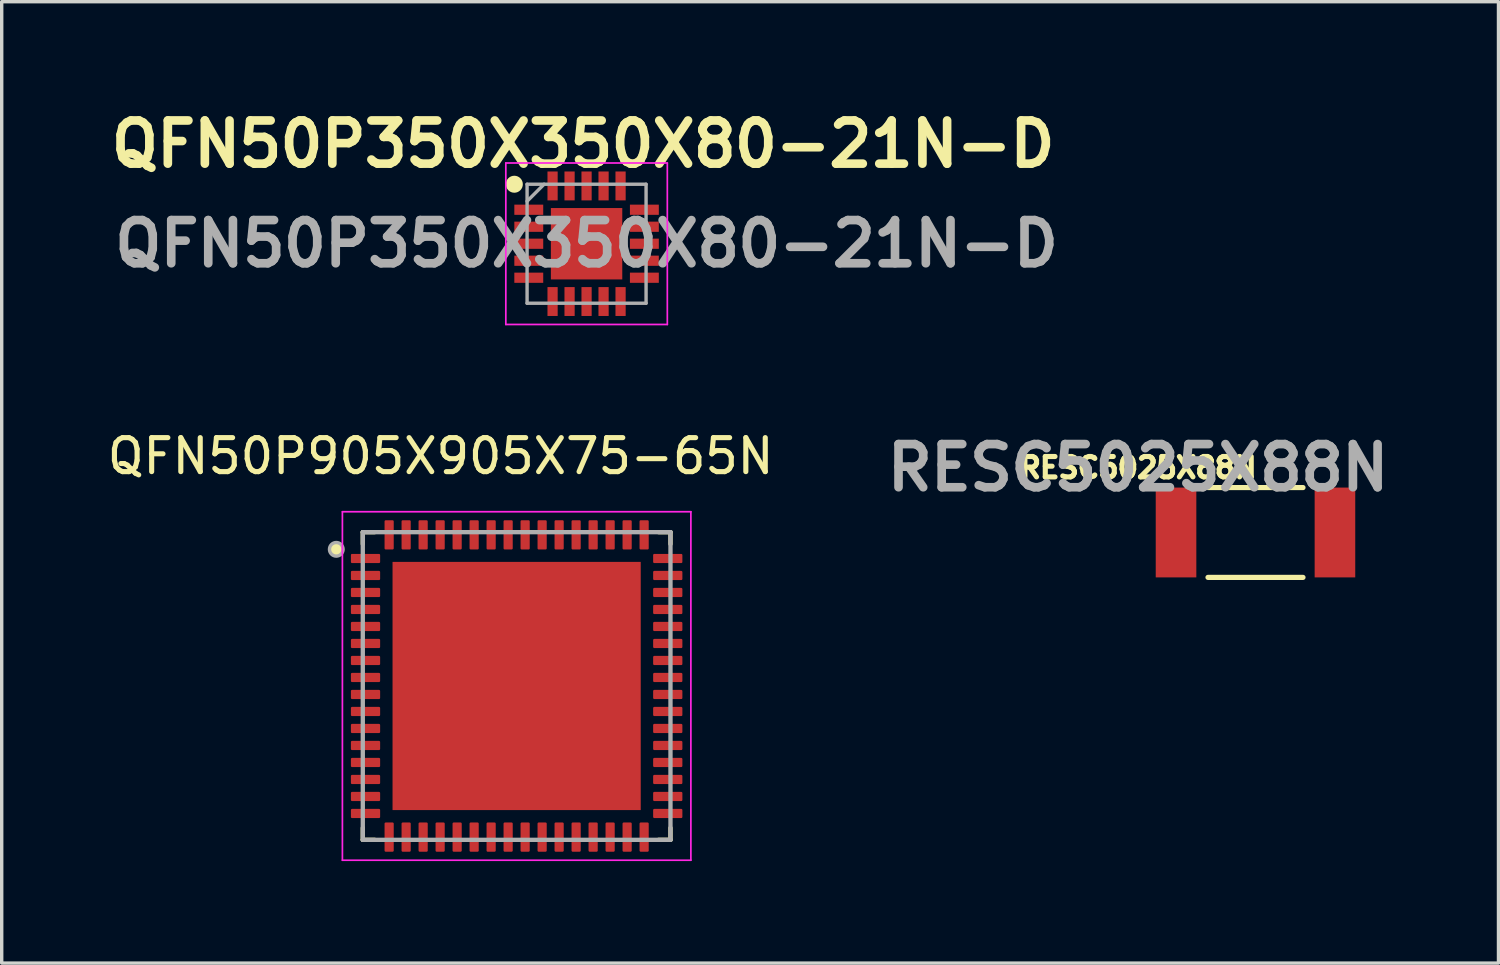
<source format=kicad_pcb>
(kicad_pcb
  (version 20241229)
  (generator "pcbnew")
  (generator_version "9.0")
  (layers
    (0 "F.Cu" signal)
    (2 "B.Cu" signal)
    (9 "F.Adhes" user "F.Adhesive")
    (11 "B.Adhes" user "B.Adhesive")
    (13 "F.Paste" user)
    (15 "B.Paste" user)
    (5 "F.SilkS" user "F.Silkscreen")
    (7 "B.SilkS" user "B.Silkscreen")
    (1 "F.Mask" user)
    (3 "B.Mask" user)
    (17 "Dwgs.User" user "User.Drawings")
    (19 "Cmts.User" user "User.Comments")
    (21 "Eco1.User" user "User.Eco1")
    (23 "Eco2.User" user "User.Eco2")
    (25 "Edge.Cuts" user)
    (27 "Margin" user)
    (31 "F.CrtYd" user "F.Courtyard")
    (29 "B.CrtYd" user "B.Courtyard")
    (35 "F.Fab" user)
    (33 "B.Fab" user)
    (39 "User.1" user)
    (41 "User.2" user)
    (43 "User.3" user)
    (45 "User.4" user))
  (footprint "QFN50P350X350X80-21N-D"
    (layer "F.Cu")
    (at 14.203 4.119)
    (property "Reference" "QFN50P350X350X80-21N-D" (at -0.1 -2.93 0) (layer "F.SilkS") (effects (font (size 1.27 1.27) (thickness 0.254))))
    (attr smd)
    (fp_circle (center -2.125 -1.75) (end -2.125 -1.625) (stroke (width 0.25) (type solid)) (fill no) (layer "F.SilkS"))
    (fp_line (start -2.375 -2.375) (end 2.375 -2.375) (stroke (width 0.05) (type solid)) (layer "F.CrtYd"))
    (fp_line (start -2.375 2.375) (end -2.375 -2.375) (stroke (width 0.05) (type solid)) (layer "F.CrtYd"))
    (fp_line (start 2.375 -2.375) (end 2.375 2.375) (stroke (width 0.05) (type solid)) (layer "F.CrtYd"))
    (fp_line (start 2.375 2.375) (end -2.375 2.375) (stroke (width 0.05) (type solid)) (layer "F.CrtYd"))
    (fp_line (start -1.75 -1.75) (end 1.75 -1.75) (stroke (width 0.1) (type solid)) (layer "F.Fab"))
    (fp_line (start -1.75 -1.25) (end -1.25 -1.75) (stroke (width 0.1) (type solid)) (layer "F.Fab"))
    (fp_line (start -1.75 1.75) (end -1.75 -1.75) (stroke (width 0.1) (type solid)) (layer "F.Fab"))
    (fp_line (start 1.75 -1.75) (end 1.75 1.75) (stroke (width 0.1) (type solid)) (layer "F.Fab"))
    (fp_line (start 1.75 1.75) (end -1.75 1.75) (stroke (width 0.1) (type solid)) (layer "F.Fab"))
    (fp_text user "${REFERENCE}" (at 0 0 0) (layer "F.Fab") (effects (font (size 1.27 1.27) (thickness 0.254))))
    (pad "1" smd rect (at -1.7 -1 90) (size 0.3 0.85) (layers "F.Cu" "F.Mask" "F.Paste"))
    (pad "2" smd rect (at -1.7 -0.5 90) (size 0.3 0.85) (layers "F.Cu" "F.Mask" "F.Paste"))
    (pad "3" smd rect (at -1.7 0 90) (size 0.3 0.85) (layers "F.Cu" "F.Mask" "F.Paste"))
    (pad "4" smd rect (at -1.7 0.5 90) (size 0.3 0.85) (layers "F.Cu" "F.Mask" "F.Paste"))
    (pad "5" smd rect (at -1.7 1 90) (size 0.3 0.85) (layers "F.Cu" "F.Mask" "F.Paste"))
    (pad "6" smd rect (at -1 1.7) (size 0.3 0.85) (layers "F.Cu" "F.Mask" "F.Paste"))
    (pad "7" smd rect (at -0.5 1.7) (size 0.3 0.85) (layers "F.Cu" "F.Mask" "F.Paste"))
    (pad "8" smd rect (at 0 1.7) (size 0.3 0.85) (layers "F.Cu" "F.Mask" "F.Paste"))
    (pad "9" smd rect (at 0.5 1.7) (size 0.3 0.85) (layers "F.Cu" "F.Mask" "F.Paste"))
    (pad "10" smd rect (at 1 1.7) (size 0.3 0.85) (layers "F.Cu" "F.Mask" "F.Paste"))
    (pad "11" smd rect (at 1.7 1 90) (size 0.3 0.85) (layers "F.Cu" "F.Mask" "F.Paste"))
    (pad "12" smd rect (at 1.7 0.5 90) (size 0.3 0.85) (layers "F.Cu" "F.Mask" "F.Paste"))
    (pad "13" smd rect (at 1.7 0 90) (size 0.3 0.85) (layers "F.Cu" "F.Mask" "F.Paste"))
    (pad "14" smd rect (at 1.7 -0.5 90) (size 0.3 0.85) (layers "F.Cu" "F.Mask" "F.Paste"))
    (pad "15" smd rect (at 1.7 -1 90) (size 0.3 0.85) (layers "F.Cu" "F.Mask" "F.Paste"))
    (pad "16" smd rect (at 1 -1.7) (size 0.3 0.85) (layers "F.Cu" "F.Mask" "F.Paste"))
    (pad "17" smd rect (at 0.5 -1.7) (size 0.3 0.85) (layers "F.Cu" "F.Mask" "F.Paste"))
    (pad "18" smd rect (at 0 -1.7) (size 0.3 0.85) (layers "F.Cu" "F.Mask" "F.Paste"))
    (pad "19" smd rect (at -0.5 -1.7) (size 0.3 0.85) (layers "F.Cu" "F.Mask" "F.Paste"))
    (pad "20" smd rect (at -1 -1.7) (size 0.3 0.85) (layers "F.Cu" "F.Mask" "F.Paste"))
    (pad "21" smd rect (at 0 0) (size 2.1 2.1) (layers "F.Cu" "F.Mask" "F.Paste")))
  (footprint "QFN50P905X905X75-65N"
    (layer "F.Cu")
    (at 12.146 17.127)
    (property "Reference" "QFN50P905X905X75-65N" (at -2.235 -6.76 0) (layer "F.SilkS") (effects (font (size 1 1) (thickness 0.15))))
    (attr smd)
    (fp_line (start -4.525 -4.525) (end -4.525 -4.175) (stroke (width 0.127) (type solid)) (layer "F.SilkS"))
    (fp_line (start -4.525 -4.525) (end -4.175 -4.525) (stroke (width 0.127) (type solid)) (layer "F.SilkS"))
    (fp_line (start -4.525 4.525) (end -4.525 4.175) (stroke (width 0.127) (type solid)) (layer "F.SilkS"))
    (fp_line (start -4.525 4.525) (end -4.175 4.525) (stroke (width 0.127) (type solid)) (layer "F.SilkS"))
    (fp_line (start 4.525 -4.525) (end 4.175 -4.525) (stroke (width 0.127) (type solid)) (layer "F.SilkS"))
    (fp_line (start 4.525 -4.525) (end 4.525 -4.175) (stroke (width 0.127) (type solid)) (layer "F.SilkS"))
    (fp_line (start 4.525 4.525) (end 4.175 4.525) (stroke (width 0.127) (type solid)) (layer "F.SilkS"))
    (fp_line (start 4.525 4.525) (end 4.525 4.175) (stroke (width 0.127) (type solid)) (layer "F.SilkS"))
    (fp_circle (center -5.305 -4.02) (end -5.105 -4.02) (stroke (width 0) (type solid)) (fill yes) (layer "F.SilkS"))
    (fp_poly (pts (xy -3.17 -3.17) (xy -0.47 -3.17) (xy -0.47 -0.47) (xy -3.17 -0.47)) (stroke (width 0.01) (type solid)) (fill yes) (layer "F.Paste"))
    (fp_poly (pts (xy -3.17 0.47) (xy -0.47 0.47) (xy -0.47 3.17) (xy -3.17 3.17)) (stroke (width 0.01) (type solid)) (fill yes) (layer "F.Paste"))
    (fp_poly (pts (xy 0.47 -3.17) (xy 3.17 -3.17) (xy 3.17 -0.47) (xy 0.47 -0.47)) (stroke (width 0.01) (type solid)) (fill yes) (layer "F.Paste"))
    (fp_poly (pts (xy 0.47 0.47) (xy 3.17 0.47) (xy 3.17 3.17) (xy 0.47 3.17)) (stroke (width 0.01) (type solid)) (fill yes) (layer "F.Paste"))
    (fp_line (start -5.125 -5.125) (end 5.125 -5.125) (stroke (width 0.05) (type solid)) (layer "F.CrtYd"))
    (fp_line (start -5.125 5.125) (end -5.125 -5.125) (stroke (width 0.05) (type solid)) (layer "F.CrtYd"))
    (fp_line (start -5.125 5.125) (end 5.125 5.125) (stroke (width 0.05) (type solid)) (layer "F.CrtYd"))
    (fp_line (start 5.125 5.125) (end 5.125 -5.125) (stroke (width 0.05) (type solid)) (layer "F.CrtYd"))
    (fp_line (start -4.525 4.525) (end -4.525 -4.525) (stroke (width 0.127) (type solid)) (layer "F.Fab"))
    (fp_line (start 4.525 -4.525) (end -4.525 -4.525) (stroke (width 0.127) (type solid)) (layer "F.Fab"))
    (fp_line (start 4.525 4.525) (end -4.525 4.525) (stroke (width 0.127) (type solid)) (layer "F.Fab"))
    (fp_line (start 4.525 4.525) (end 4.525 -4.525) (stroke (width 0.127) (type solid)) (layer "F.Fab"))
    (fp_circle (center -5.305 -4.02) (end -5.105 -4.02) (stroke (width 0.1) (type solid)) (fill no) (layer "F.Fab"))
    (pad "1" smd roundrect (at -4.445 -3.75) (size 0.86 0.27) (layers "F.Cu" "F.Mask" "F.Paste") (roundrect_rratio 0.125))
    (pad "2" smd roundrect (at -4.445 -3.25) (size 0.86 0.27) (layers "F.Cu" "F.Mask" "F.Paste") (roundrect_rratio 0.125))
    (pad "3" smd roundrect (at -4.445 -2.75) (size 0.86 0.27) (layers "F.Cu" "F.Mask" "F.Paste") (roundrect_rratio 0.125))
    (pad "4" smd roundrect (at -4.445 -2.25) (size 0.86 0.27) (layers "F.Cu" "F.Mask" "F.Paste") (roundrect_rratio 0.125))
    (pad "5" smd roundrect (at -4.445 -1.75) (size 0.86 0.27) (layers "F.Cu" "F.Mask" "F.Paste") (roundrect_rratio 0.125))
    (pad "6" smd roundrect (at -4.445 -1.25) (size 0.86 0.27) (layers "F.Cu" "F.Mask" "F.Paste") (roundrect_rratio 0.125))
    (pad "7" smd roundrect (at -4.445 -0.75) (size 0.86 0.27) (layers "F.Cu" "F.Mask" "F.Paste") (roundrect_rratio 0.125))
    (pad "8" smd roundrect (at -4.445 -0.25) (size 0.86 0.27) (layers "F.Cu" "F.Mask" "F.Paste") (roundrect_rratio 0.125))
    (pad "9" smd roundrect (at -4.445 0.25) (size 0.86 0.27) (layers "F.Cu" "F.Mask" "F.Paste") (roundrect_rratio 0.125))
    (pad "10" smd roundrect (at -4.445 0.75) (size 0.86 0.27) (layers "F.Cu" "F.Mask" "F.Paste") (roundrect_rratio 0.125))
    (pad "11" smd roundrect (at -4.445 1.25) (size 0.86 0.27) (layers "F.Cu" "F.Mask" "F.Paste") (roundrect_rratio 0.125))
    (pad "12" smd roundrect (at -4.445 1.75) (size 0.86 0.27) (layers "F.Cu" "F.Mask" "F.Paste") (roundrect_rratio 0.125))
    (pad "13" smd roundrect (at -4.445 2.25) (size 0.86 0.27) (layers "F.Cu" "F.Mask" "F.Paste") (roundrect_rratio 0.125))
    (pad "14" smd roundrect (at -4.445 2.75) (size 0.86 0.27) (layers "F.Cu" "F.Mask" "F.Paste") (roundrect_rratio 0.125))
    (pad "15" smd roundrect (at -4.445 3.25) (size 0.86 0.27) (layers "F.Cu" "F.Mask" "F.Paste") (roundrect_rratio 0.125))
    (pad "16" smd roundrect (at -4.445 3.75) (size 0.86 0.27) (layers "F.Cu" "F.Mask" "F.Paste") (roundrect_rratio 0.125))
    (pad "17" smd roundrect (at -3.75 4.445) (size 0.27 0.86) (layers "F.Cu" "F.Mask" "F.Paste") (roundrect_rratio 0.125))
    (pad "18" smd roundrect (at -3.25 4.445) (size 0.27 0.86) (layers "F.Cu" "F.Mask" "F.Paste") (roundrect_rratio 0.125))
    (pad "19" smd roundrect (at -2.75 4.445) (size 0.27 0.86) (layers "F.Cu" "F.Mask" "F.Paste") (roundrect_rratio 0.125))
    (pad "20" smd roundrect (at -2.25 4.445) (size 0.27 0.86) (layers "F.Cu" "F.Mask" "F.Paste") (roundrect_rratio 0.125))
    (pad "21" smd roundrect (at -1.75 4.445) (size 0.27 0.86) (layers "F.Cu" "F.Mask" "F.Paste") (roundrect_rratio 0.125))
    (pad "22" smd roundrect (at -1.25 4.445) (size 0.27 0.86) (layers "F.Cu" "F.Mask" "F.Paste") (roundrect_rratio 0.125))
    (pad "23" smd roundrect (at -0.75 4.445) (size 0.27 0.86) (layers "F.Cu" "F.Mask" "F.Paste") (roundrect_rratio 0.125))
    (pad "24" smd roundrect (at -0.25 4.445) (size 0.27 0.86) (layers "F.Cu" "F.Mask" "F.Paste") (roundrect_rratio 0.125))
    (pad "25" smd roundrect (at 0.25 4.445) (size 0.27 0.86) (layers "F.Cu" "F.Mask" "F.Paste") (roundrect_rratio 0.125))
    (pad "26" smd roundrect (at 0.75 4.445) (size 0.27 0.86) (layers "F.Cu" "F.Mask" "F.Paste") (roundrect_rratio 0.125))
    (pad "27" smd roundrect (at 1.25 4.445) (size 0.27 0.86) (layers "F.Cu" "F.Mask" "F.Paste") (roundrect_rratio 0.125))
    (pad "28" smd roundrect (at 1.75 4.445) (size 0.27 0.86) (layers "F.Cu" "F.Mask" "F.Paste") (roundrect_rratio 0.125))
    (pad "29" smd roundrect (at 2.25 4.445) (size 0.27 0.86) (layers "F.Cu" "F.Mask" "F.Paste") (roundrect_rratio 0.125))
    (pad "30" smd roundrect (at 2.75 4.445) (size 0.27 0.86) (layers "F.Cu" "F.Mask" "F.Paste") (roundrect_rratio 0.125))
    (pad "31" smd roundrect (at 3.25 4.445) (size 0.27 0.86) (layers "F.Cu" "F.Mask" "F.Paste") (roundrect_rratio 0.125))
    (pad "32" smd roundrect (at 3.75 4.445) (size 0.27 0.86) (layers "F.Cu" "F.Mask" "F.Paste") (roundrect_rratio 0.125))
    (pad "33" smd roundrect (at 4.445 3.75) (size 0.86 0.27) (layers "F.Cu" "F.Mask" "F.Paste") (roundrect_rratio 0.125))
    (pad "34" smd roundrect (at 4.445 3.25) (size 0.86 0.27) (layers "F.Cu" "F.Mask" "F.Paste") (roundrect_rratio 0.125))
    (pad "35" smd roundrect (at 4.445 2.75) (size 0.86 0.27) (layers "F.Cu" "F.Mask" "F.Paste") (roundrect_rratio 0.125))
    (pad "36" smd roundrect (at 4.445 2.25) (size 0.86 0.27) (layers "F.Cu" "F.Mask" "F.Paste") (roundrect_rratio 0.125))
    (pad "37" smd roundrect (at 4.445 1.75) (size 0.86 0.27) (layers "F.Cu" "F.Mask" "F.Paste") (roundrect_rratio 0.125))
    (pad "38" smd roundrect (at 4.445 1.25) (size 0.86 0.27) (layers "F.Cu" "F.Mask" "F.Paste") (roundrect_rratio 0.125))
    (pad "39" smd roundrect (at 4.445 0.75) (size 0.86 0.27) (layers "F.Cu" "F.Mask" "F.Paste") (roundrect_rratio 0.125))
    (pad "40" smd roundrect (at 4.445 0.25) (size 0.86 0.27) (layers "F.Cu" "F.Mask" "F.Paste") (roundrect_rratio 0.125))
    (pad "41" smd roundrect (at 4.445 -0.25) (size 0.86 0.27) (layers "F.Cu" "F.Mask" "F.Paste") (roundrect_rratio 0.125))
    (pad "42" smd roundrect (at 4.445 -0.75) (size 0.86 0.27) (layers "F.Cu" "F.Mask" "F.Paste") (roundrect_rratio 0.125))
    (pad "43" smd roundrect (at 4.445 -1.25) (size 0.86 0.27) (layers "F.Cu" "F.Mask" "F.Paste") (roundrect_rratio 0.125))
    (pad "44" smd roundrect (at 4.445 -1.75) (size 0.86 0.27) (layers "F.Cu" "F.Mask" "F.Paste") (roundrect_rratio 0.125))
    (pad "45" smd roundrect (at 4.445 -2.25) (size 0.86 0.27) (layers "F.Cu" "F.Mask" "F.Paste") (roundrect_rratio 0.125))
    (pad "46" smd roundrect (at 4.445 -2.75) (size 0.86 0.27) (layers "F.Cu" "F.Mask" "F.Paste") (roundrect_rratio 0.125))
    (pad "47" smd roundrect (at 4.445 -3.25) (size 0.86 0.27) (layers "F.Cu" "F.Mask" "F.Paste") (roundrect_rratio 0.125))
    (pad "48" smd roundrect (at 4.445 -3.75) (size 0.86 0.27) (layers "F.Cu" "F.Mask" "F.Paste") (roundrect_rratio 0.125))
    (pad "49" smd roundrect (at 3.75 -4.445) (size 0.27 0.86) (layers "F.Cu" "F.Mask" "F.Paste") (roundrect_rratio 0.125))
    (pad "50" smd roundrect (at 3.25 -4.445) (size 0.27 0.86) (layers "F.Cu" "F.Mask" "F.Paste") (roundrect_rratio 0.125))
    (pad "51" smd roundrect (at 2.75 -4.445) (size 0.27 0.86) (layers "F.Cu" "F.Mask" "F.Paste") (roundrect_rratio 0.125))
    (pad "52" smd roundrect (at 2.25 -4.445) (size 0.27 0.86) (layers "F.Cu" "F.Mask" "F.Paste") (roundrect_rratio 0.125))
    (pad "53" smd roundrect (at 1.75 -4.445) (size 0.27 0.86) (layers "F.Cu" "F.Mask" "F.Paste") (roundrect_rratio 0.125))
    (pad "54" smd roundrect (at 1.25 -4.445) (size 0.27 0.86) (layers "F.Cu" "F.Mask" "F.Paste") (roundrect_rratio 0.125))
    (pad "55" smd roundrect (at 0.75 -4.445) (size 0.27 0.86) (layers "F.Cu" "F.Mask" "F.Paste") (roundrect_rratio 0.125))
    (pad "56" smd roundrect (at 0.25 -4.445) (size 0.27 0.86) (layers "F.Cu" "F.Mask" "F.Paste") (roundrect_rratio 0.125))
    (pad "57" smd roundrect (at -0.25 -4.445) (size 0.27 0.86) (layers "F.Cu" "F.Mask" "F.Paste") (roundrect_rratio 0.125))
    (pad "58" smd roundrect (at -0.75 -4.445) (size 0.27 0.86) (layers "F.Cu" "F.Mask" "F.Paste") (roundrect_rratio 0.125))
    (pad "59" smd roundrect (at -1.25 -4.445) (size 0.27 0.86) (layers "F.Cu" "F.Mask" "F.Paste") (roundrect_rratio 0.125))
    (pad "60" smd roundrect (at -1.75 -4.445) (size 0.27 0.86) (layers "F.Cu" "F.Mask" "F.Paste") (roundrect_rratio 0.125))
    (pad "61" smd roundrect (at -2.25 -4.445) (size 0.27 0.86) (layers "F.Cu" "F.Mask" "F.Paste") (roundrect_rratio 0.125))
    (pad "62" smd roundrect (at -2.75 -4.445) (size 0.27 0.86) (layers "F.Cu" "F.Mask" "F.Paste") (roundrect_rratio 0.125))
    (pad "63" smd roundrect (at -3.25 -4.445) (size 0.27 0.86) (layers "F.Cu" "F.Mask" "F.Paste") (roundrect_rratio 0.125))
    (pad "64" smd roundrect (at -3.75 -4.445) (size 0.27 0.86) (layers "F.Cu" "F.Mask" "F.Paste") (roundrect_rratio 0.125))
    (pad "65" smd rect (at 0 0) (size 7.3 7.3) (layers "F.Cu" "F.Mask")))
  (footprint "RESC5025X88N"
    (layer "F.Cu")
    (at 33.878 12.612)
    (property "Reference" "RESC5025X88N" (at -3.454 -1.905 0) (layer "F.SilkS") (effects (font (size 0.6 0.6) (thickness 0.15))))
    (attr smd)
    (fp_line (start -1.397 1.321) (end 1.397 1.321) (stroke (width 0.152) (type solid)) (layer "F.SilkS"))
    (fp_line (start 1.397 -1.321) (end -1.397 -1.321) (stroke (width 0.152) (type solid)) (layer "F.SilkS"))
    (fp_text user "${REFERENCE}" (at -3.454 -1.905 0) (layer "F.Fab") (effects (font (size 1.27 1.27) (thickness 0.254))))
    (pad "1" smd rect (at -2.337 0) (size 1.194 2.642) (layers "F.Cu" "F.Mask" "F.Paste"))
    (pad "2" smd rect (at 2.337 0) (size 1.194 2.642) (layers "F.Cu" "F.Mask" "F.Paste")))
  (gr_rect
    (start -3 -3)
    (end 41.025 25.277)
    (stroke (width 0.1) (type default))
    (fill no)
    (layer "Edge.Cuts")))
</source>
